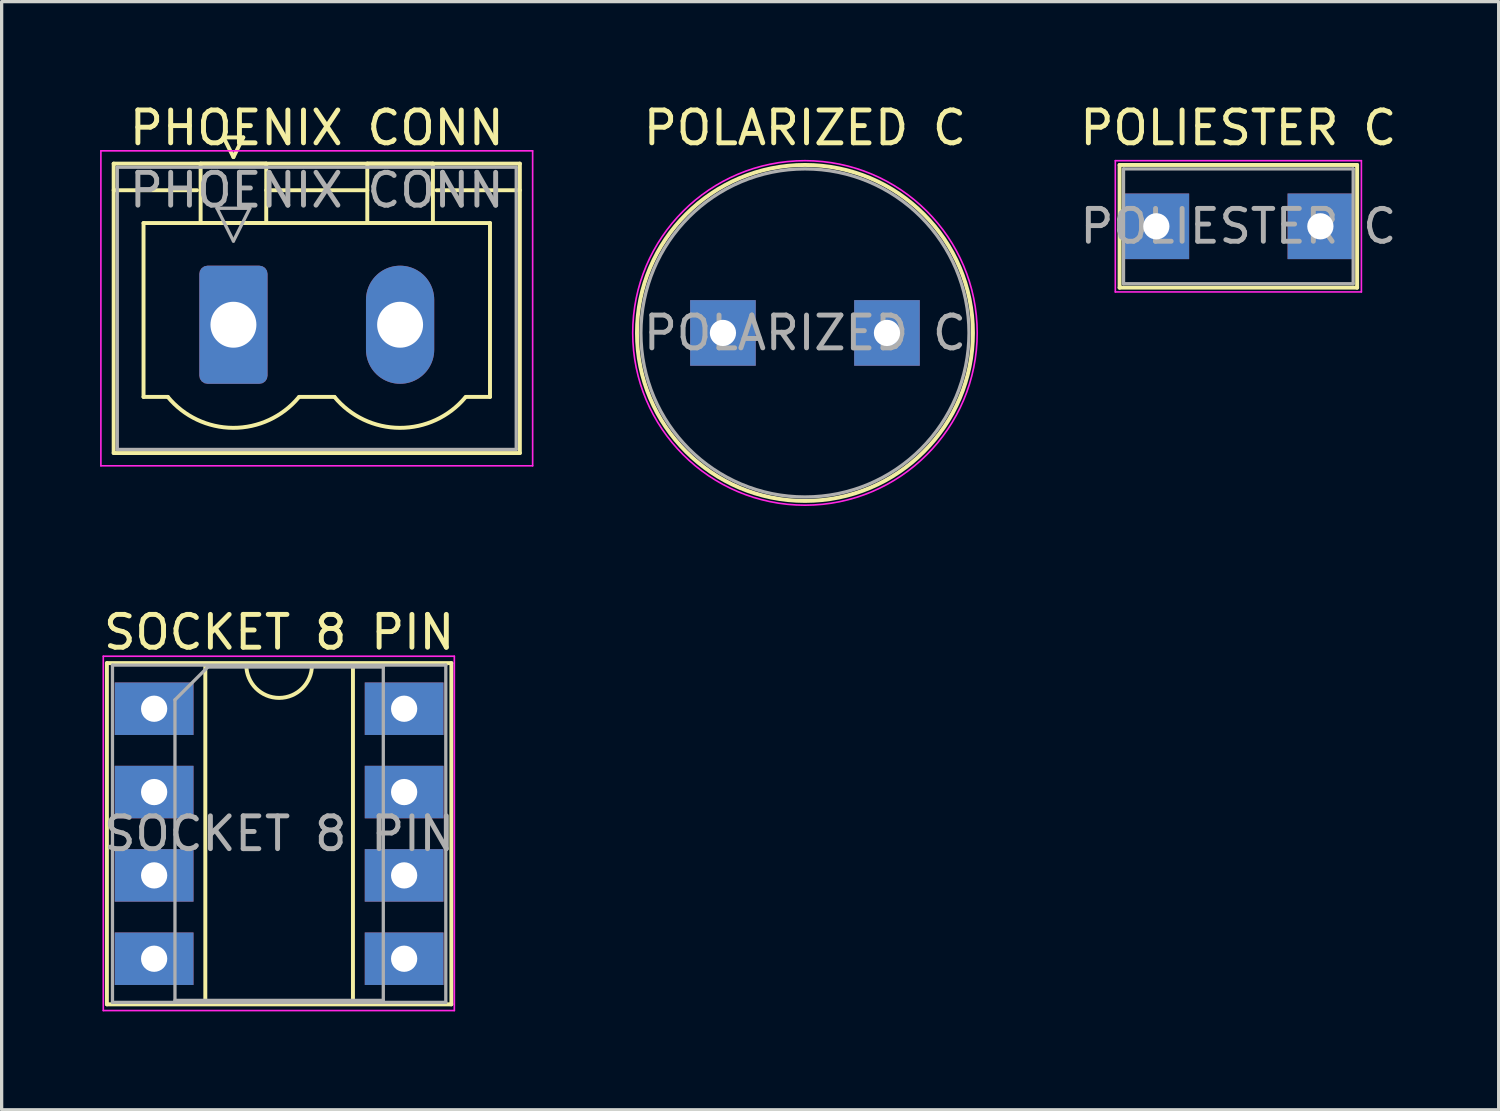
<source format=kicad_pcb>
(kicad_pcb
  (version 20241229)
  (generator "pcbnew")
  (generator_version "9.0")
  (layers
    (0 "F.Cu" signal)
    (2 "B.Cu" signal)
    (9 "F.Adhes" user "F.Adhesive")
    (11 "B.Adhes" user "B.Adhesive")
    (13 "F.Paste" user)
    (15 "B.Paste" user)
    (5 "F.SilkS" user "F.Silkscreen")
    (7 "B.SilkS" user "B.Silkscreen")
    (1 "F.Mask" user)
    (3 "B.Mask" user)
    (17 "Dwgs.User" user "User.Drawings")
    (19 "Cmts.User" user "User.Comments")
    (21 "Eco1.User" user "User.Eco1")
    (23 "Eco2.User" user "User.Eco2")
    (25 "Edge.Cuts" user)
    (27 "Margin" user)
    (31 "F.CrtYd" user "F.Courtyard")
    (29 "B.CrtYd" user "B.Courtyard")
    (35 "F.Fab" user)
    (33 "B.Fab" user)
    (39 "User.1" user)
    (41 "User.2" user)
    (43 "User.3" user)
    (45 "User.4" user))
  (footprint "POLARIZED C"
    (layer "F.Cu")
    (at 18.985 7.098)
    (property "Reference" "POLARIZED C" (at 2.5 -6.25 0) (layer "F.SilkS") (effects (font (size 1 1) (thickness 0.15))))
    (attr through_hole)
    (fp_circle (center 2.5 0) (end 7.62 0) (stroke (width 0.12) (type solid)) (fill no) (layer "F.SilkS"))
    (fp_circle (center 2.5 0) (end 7.75 0) (stroke (width 0.05) (type solid)) (fill no) (layer "F.CrtYd"))
    (fp_circle (center 2.5 0) (end 7.5 0) (stroke (width 0.1) (type solid)) (fill no) (layer "F.Fab"))
    (fp_text user "${REFERENCE}" (at 2.5 0 0) (layer "F.Fab") (effects (font (size 1 1) (thickness 0.15))))
    (pad "1" thru_hole rect (at 0 0) (size 2 2) (drill 0.8) (layers "*.Cu" "*.Mask"))
    (pad "2" thru_hole rect (at 5 0) (size 2 2) (drill 0.8) (layers "*.Cu" "*.Mask")))
  (footprint "POLIESTER C"
    (layer "F.Cu")
    (at 32.195 3.848)
    (property "Reference" "POLIESTER C" (at 2.5 -3 0) (layer "F.SilkS") (effects (font (size 1 1) (thickness 0.15))))
    (attr through_hole)
    (fp_line (start -1.12 -1.87) (end -1.12 1.87) (stroke (width 0.12) (type solid)) (layer "F.SilkS"))
    (fp_line (start -1.12 -1.87) (end 6.12 -1.87) (stroke (width 0.12) (type solid)) (layer "F.SilkS"))
    (fp_line (start -1.12 1.87) (end 6.12 1.87) (stroke (width 0.12) (type solid)) (layer "F.SilkS"))
    (fp_line (start 6.12 -1.87) (end 6.12 1.87) (stroke (width 0.12) (type solid)) (layer "F.SilkS"))
    (fp_line (start -1.25 -2) (end -1.25 2) (stroke (width 0.05) (type solid)) (layer "F.CrtYd"))
    (fp_line (start -1.25 2) (end 6.25 2) (stroke (width 0.05) (type solid)) (layer "F.CrtYd"))
    (fp_line (start 6.25 -2) (end -1.25 -2) (stroke (width 0.05) (type solid)) (layer "F.CrtYd"))
    (fp_line (start 6.25 2) (end 6.25 -2) (stroke (width 0.05) (type solid)) (layer "F.CrtYd"))
    (fp_line (start -1 -1.75) (end -1 1.75) (stroke (width 0.1) (type solid)) (layer "F.Fab"))
    (fp_line (start -1 1.75) (end 6 1.75) (stroke (width 0.1) (type solid)) (layer "F.Fab"))
    (fp_line (start 6 -1.75) (end -1 -1.75) (stroke (width 0.1) (type solid)) (layer "F.Fab"))
    (fp_line (start 6 1.75) (end 6 -1.75) (stroke (width 0.1) (type solid)) (layer "F.Fab"))
    (fp_text user "${REFERENCE}" (at 2.5 0 0) (layer "F.Fab") (effects (font (size 1 1) (thickness 0.15))))
    (pad "1" thru_hole rect (at 0 0) (size 2 2) (drill 0.8) (layers "*.Cu" "*.Mask"))
    (pad "2" thru_hole rect (at 5 0) (size 2 2) (drill 0.8) (layers "*.Cu" "*.Mask")))
  (footprint "SOCKET 8 PIN"
    (layer "F.Cu")
    (at 1.648 18.552)
    (property "Reference" "SOCKET 8 PIN" (at 3.81 -2.33 0) (layer "F.SilkS") (effects (font (size 1 1) (thickness 0.15))))
    (attr through_hole)
    (fp_line (start -1.44 -1.39) (end -1.44 9.01) (stroke (width 0.12) (type solid)) (layer "F.SilkS"))
    (fp_line (start -1.44 9.01) (end 9.06 9.01) (stroke (width 0.12) (type solid)) (layer "F.SilkS"))
    (fp_line (start 1.56 -1.33) (end 1.56 8.95) (stroke (width 0.12) (type solid)) (layer "F.SilkS"))
    (fp_line (start 1.56 8.95) (end 6.06 8.95) (stroke (width 0.12) (type solid)) (layer "F.SilkS"))
    (fp_line (start 2.81 -1.33) (end 1.56 -1.33) (stroke (width 0.12) (type solid)) (layer "F.SilkS"))
    (fp_line (start 6.06 -1.33) (end 4.81 -1.33) (stroke (width 0.12) (type solid)) (layer "F.SilkS"))
    (fp_line (start 6.06 8.95) (end 6.06 -1.33) (stroke (width 0.12) (type solid)) (layer "F.SilkS"))
    (fp_line (start 9.06 -1.39) (end -1.44 -1.39) (stroke (width 0.12) (type solid)) (layer "F.SilkS"))
    (fp_line (start 9.06 9.01) (end 9.06 -1.39) (stroke (width 0.12) (type solid)) (layer "F.SilkS"))
    (fp_arc (start 4.81 -1.33) (mid 3.81 -0.33) (end 2.81 -1.33) (stroke (width 0.12) (type solid)) (layer "F.SilkS"))
    (fp_line (start -1.55 -1.6) (end -1.55 9.2) (stroke (width 0.05) (type solid)) (layer "F.CrtYd"))
    (fp_line (start -1.55 9.2) (end 9.15 9.2) (stroke (width 0.05) (type solid)) (layer "F.CrtYd"))
    (fp_line (start 9.15 -1.6) (end -1.55 -1.6) (stroke (width 0.05) (type solid)) (layer "F.CrtYd"))
    (fp_line (start 9.15 9.2) (end 9.15 -1.6) (stroke (width 0.05) (type solid)) (layer "F.CrtYd"))
    (fp_line (start -1.27 -1.33) (end -1.27 8.95) (stroke (width 0.1) (type solid)) (layer "F.Fab"))
    (fp_line (start -1.27 8.95) (end 8.89 8.95) (stroke (width 0.1) (type solid)) (layer "F.Fab"))
    (fp_line (start 0.635 -0.27) (end 1.635 -1.27) (stroke (width 0.1) (type solid)) (layer "F.Fab"))
    (fp_line (start 0.635 8.89) (end 0.635 -0.27) (stroke (width 0.1) (type solid)) (layer "F.Fab"))
    (fp_line (start 1.635 -1.27) (end 6.985 -1.27) (stroke (width 0.1) (type solid)) (layer "F.Fab"))
    (fp_line (start 6.985 -1.27) (end 6.985 8.89) (stroke (width 0.1) (type solid)) (layer "F.Fab"))
    (fp_line (start 6.985 8.89) (end 0.635 8.89) (stroke (width 0.1) (type solid)) (layer "F.Fab"))
    (fp_line (start 8.89 -1.33) (end -1.27 -1.33) (stroke (width 0.1) (type solid)) (layer "F.Fab"))
    (fp_line (start 8.89 8.95) (end 8.89 -1.33) (stroke (width 0.1) (type solid)) (layer "F.Fab"))
    (fp_text user "${REFERENCE}" (at 3.81 3.81 0) (layer "F.Fab") (effects (font (size 1 1) (thickness 0.15))))
    (pad "1" thru_hole rect (at 0 0) (size 2.4 1.6) (drill 0.8) (layers "*.Cu" "*.Mask"))
    (pad "2" thru_hole trapezoid (at 0 2.54) (size 2.4 1.6) (drill 0.8) (layers "*.Cu" "*.Mask"))
    (pad "3" thru_hole rect (at 0 5.08) (size 2.4 1.6) (drill 0.8) (layers "*.Cu" "*.Mask"))
    (pad "4" thru_hole rect (at 0 7.62) (size 2.4 1.6) (drill 0.8) (layers "*.Cu" "*.Mask"))
    (pad "5" thru_hole rect (at 7.62 7.62) (size 2.4 1.6) (drill 0.8) (layers "*.Cu" "*.Mask"))
    (pad "6" thru_hole rect (at 7.62 5.08) (size 2.4 1.6) (drill 0.8) (layers "*.Cu" "*.Mask"))
    (pad "7" thru_hole rect (at 7.62 2.54) (size 2.4 1.6) (drill 0.8) (layers "*.Cu" "*.Mask"))
    (pad "8" thru_hole rect (at 7.62 0) (size 2.4 1.6) (drill 0.8) (layers "*.Cu" "*.Mask")))
  (footprint "PHOENIX CONN"
    (layer "F.Cu")
    (at 4.065 6.848)
    (property "Reference" "PHOENIX CONN" (at 2.54 -6 0) (layer "F.SilkS") (effects (font (size 1 1) (thickness 0.15))))
    (attr through_hole)
    (fp_line (start -3.65 -4.91) (end -3.65 3.91) (stroke (width 0.12) (type solid)) (layer "F.SilkS"))
    (fp_line (start -3.65 -4.1) (end -1.11 -4.1) (stroke (width 0.12) (type solid)) (layer "F.SilkS"))
    (fp_line (start -3.65 3.91) (end 8.73 3.91) (stroke (width 0.12) (type solid)) (layer "F.SilkS"))
    (fp_line (start -2.74 -3.1) (end 7.82 -3.1) (stroke (width 0.12) (type solid)) (layer "F.SilkS"))
    (fp_line (start -2.74 2.2) (end -2.74 -3.1) (stroke (width 0.12) (type solid)) (layer "F.SilkS"))
    (fp_line (start -2 2.2) (end -2.74 2.2) (stroke (width 0.12) (type solid)) (layer "F.SilkS"))
    (fp_line (start -1 -4.91) (end 1 -4.91) (stroke (width 0.12) (type solid)) (layer "F.SilkS"))
    (fp_line (start -1 -3.1) (end -1 -4.91) (stroke (width 0.12) (type solid)) (layer "F.SilkS"))
    (fp_line (start -0.3 -5.71) (end 0.3 -5.71) (stroke (width 0.12) (type solid)) (layer "F.SilkS"))
    (fp_line (start 0 -5.11) (end -0.3 -5.71) (stroke (width 0.12) (type solid)) (layer "F.SilkS"))
    (fp_line (start 0.3 -5.71) (end 0 -5.11) (stroke (width 0.12) (type solid)) (layer "F.SilkS"))
    (fp_line (start 1 -4.91) (end 1 -3.1) (stroke (width 0.12) (type solid)) (layer "F.SilkS"))
    (fp_line (start 1 -4.1) (end 4.08 -4.1) (stroke (width 0.12) (type solid)) (layer "F.SilkS"))
    (fp_line (start 1 -3.1) (end -1 -3.1) (stroke (width 0.12) (type solid)) (layer "F.SilkS"))
    (fp_line (start 2 2.2) (end 3.08 2.2) (stroke (width 0.12) (type solid)) (layer "F.SilkS"))
    (fp_line (start 4.08 -4.91) (end 6.08 -4.91) (stroke (width 0.12) (type solid)) (layer "F.SilkS"))
    (fp_line (start 4.08 -3.1) (end 4.08 -4.91) (stroke (width 0.12) (type solid)) (layer "F.SilkS"))
    (fp_line (start 6.08 -4.91) (end 6.08 -3.1) (stroke (width 0.12) (type solid)) (layer "F.SilkS"))
    (fp_line (start 6.08 -3.1) (end 4.08 -3.1) (stroke (width 0.12) (type solid)) (layer "F.SilkS"))
    (fp_line (start 7.82 -3.1) (end 7.82 2.2) (stroke (width 0.12) (type solid)) (layer "F.SilkS"))
    (fp_line (start 7.82 2.2) (end 7.08 2.2) (stroke (width 0.12) (type solid)) (layer "F.SilkS"))
    (fp_line (start 8.73 -4.91) (end -3.65 -4.91) (stroke (width 0.12) (type solid)) (layer "F.SilkS"))
    (fp_line (start 8.73 -4.1) (end 6.19 -4.1) (stroke (width 0.12) (type solid)) (layer "F.SilkS"))
    (fp_line (start 8.73 3.91) (end 8.73 -4.91) (stroke (width 0.12) (type solid)) (layer "F.SilkS"))
    (fp_arc (start 1.986842 2.215821) (mid -0.010289 3.142758) (end -2 2.2) (stroke (width 0.12) (type solid)) (layer "F.SilkS"))
    (fp_arc (start 7.066842 2.215821) (mid 5.069711 3.142758) (end 3.08 2.2) (stroke (width 0.12) (type solid)) (layer "F.SilkS"))
    (fp_line (start -4.04 -5.3) (end -4.04 4.3) (stroke (width 0.05) (type solid)) (layer "F.CrtYd"))
    (fp_line (start -4.04 4.3) (end 9.12 4.3) (stroke (width 0.05) (type solid)) (layer "F.CrtYd"))
    (fp_line (start 9.12 -5.3) (end -4.04 -5.3) (stroke (width 0.05) (type solid)) (layer "F.CrtYd"))
    (fp_line (start 9.12 4.3) (end 9.12 -5.3) (stroke (width 0.05) (type solid)) (layer "F.CrtYd"))
    (fp_line (start -3.54 -4.8) (end -3.54 3.8) (stroke (width 0.1) (type solid)) (layer "F.Fab"))
    (fp_line (start -3.54 3.8) (end 8.62 3.8) (stroke (width 0.1) (type solid)) (layer "F.Fab"))
    (fp_line (start -0.5 -3.55) (end 0.5 -3.55) (stroke (width 0.1) (type solid)) (layer "F.Fab"))
    (fp_line (start 0 -2.55) (end -0.5 -3.55) (stroke (width 0.1) (type solid)) (layer "F.Fab"))
    (fp_line (start 0.5 -3.55) (end 0 -2.55) (stroke (width 0.1) (type solid)) (layer "F.Fab"))
    (fp_line (start 8.62 -4.8) (end -3.54 -4.8) (stroke (width 0.1) (type solid)) (layer "F.Fab"))
    (fp_line (start 8.62 3.8) (end 8.62 -4.8) (stroke (width 0.1) (type solid)) (layer "F.Fab"))
    (fp_text user "${REFERENCE}" (at 2.54 -4.1 0) (layer "F.Fab") (effects (font (size 1 1) (thickness 0.15))))
    (pad "1" thru_hole roundrect (at 0 0) (size 2.08 3.6) (drill 1.4) (layers "*.Cu" "*.Mask") (roundrect_rratio 0.12))
    (pad "2" thru_hole oval (at 5.08 0) (size 2.08 3.6) (drill 1.4) (layers "*.Cu" "*.Mask")))
  (gr_rect
    (start -3 -3)
    (end 42.629 30.776)
    (stroke (width 0.1) (type default))
    (fill no)
    (layer "Edge.Cuts")))
</source>
